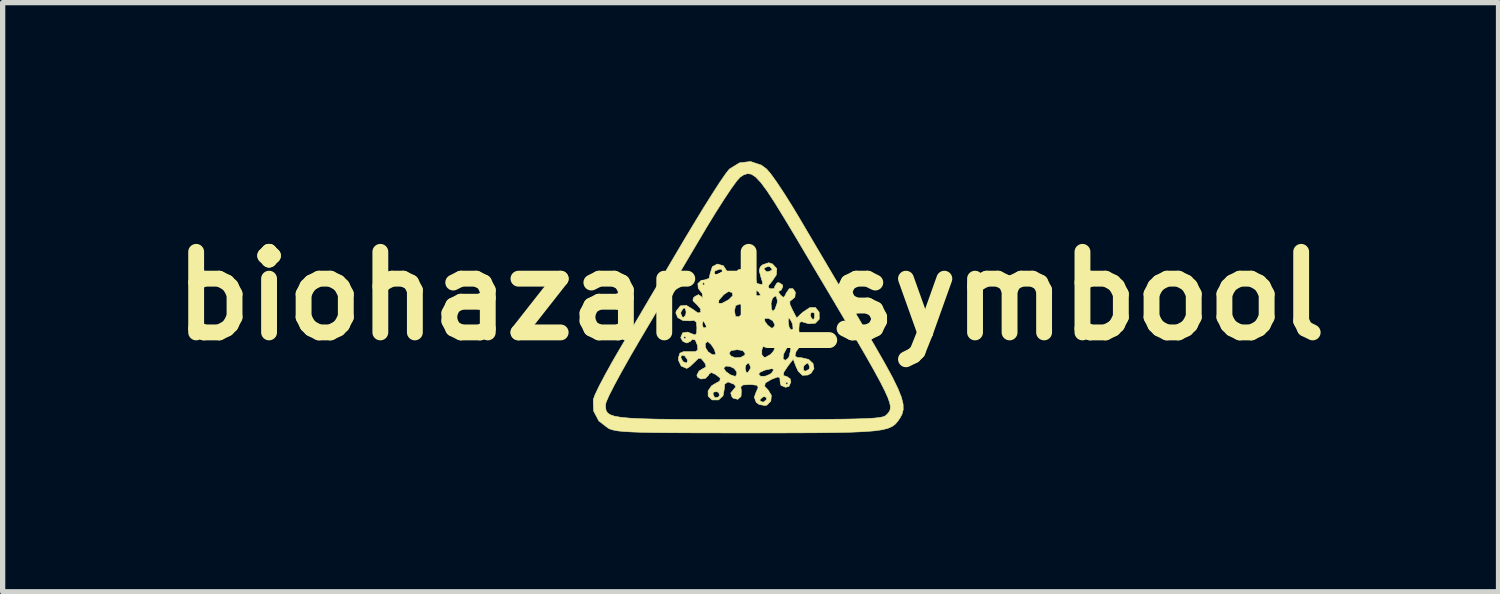
<source format=kicad_pcb>
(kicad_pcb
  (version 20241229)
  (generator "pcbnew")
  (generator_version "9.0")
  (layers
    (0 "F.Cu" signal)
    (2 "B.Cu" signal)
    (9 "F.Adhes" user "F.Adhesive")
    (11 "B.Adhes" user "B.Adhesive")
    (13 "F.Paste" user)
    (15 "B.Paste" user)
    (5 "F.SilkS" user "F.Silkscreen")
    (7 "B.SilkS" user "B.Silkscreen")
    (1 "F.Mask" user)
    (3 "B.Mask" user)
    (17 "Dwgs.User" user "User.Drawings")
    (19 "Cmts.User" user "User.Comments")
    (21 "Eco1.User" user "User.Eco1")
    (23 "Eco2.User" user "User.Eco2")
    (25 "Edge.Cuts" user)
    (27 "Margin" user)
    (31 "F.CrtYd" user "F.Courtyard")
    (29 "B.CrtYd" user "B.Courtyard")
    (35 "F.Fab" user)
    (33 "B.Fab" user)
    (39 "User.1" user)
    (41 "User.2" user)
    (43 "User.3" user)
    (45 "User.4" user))
  (footprint "biohazard_symbool"
    (layer "F.Cu")
    (at 11.147 2.548)
    (property "Reference" "biohazard_symbool" (at 0 0 0) (layer "F.SilkS") (effects (font (size 1.524 1.524) (thickness 0.3))))
    (attr through_hole)
    (fp_poly (pts (xy 0.205 -2.474) (xy 0.304 -2.4) (xy 0.381 -2.31) (xy 0.496 -2.15) (xy 0.637 -1.937) (xy 0.792 -1.69) (xy 0.907 -1.499) (xy 1.058 -1.243) (xy 1.248 -0.921) (xy 1.464 -0.555) (xy 1.694 -0.166) (xy 1.925 0.224) (xy 2.106 0.53) (xy 2.347 0.94) (xy 2.538 1.273) (xy 2.684 1.541) (xy 2.787 1.752) (xy 2.853 1.917) (xy 2.885 2.047) (xy 2.887 2.15) (xy 2.864 2.238) (xy 2.822 2.315) (xy 2.78 2.375) (xy 2.735 2.426) (xy 2.677 2.468) (xy 2.599 2.503) (xy 2.492 2.53) (xy 2.346 2.551) (xy 2.154 2.566) (xy 1.908 2.577) (xy 1.597 2.584) (xy 1.214 2.588) (xy 0.751 2.59) (xy 0.198 2.591) (xy -0.062 2.591) (xy -0.629 2.59) (xy -1.104 2.589) (xy -1.496 2.587) (xy -1.812 2.584) (xy -2.064 2.579) (xy -2.258 2.572) (xy -2.405 2.563) (xy -2.514 2.552) (xy -2.593 2.537) (xy -2.651 2.52) (xy -2.692 2.502) (xy -2.871 2.363) (xy -2.969 2.177) (xy -2.973 2.052) (xy -2.743 2.052) (xy -2.742 2.114) (xy -2.733 2.166) (xy -2.707 2.21) (xy -2.658 2.245) (xy -2.577 2.273) (xy -2.456 2.295) (xy -2.287 2.311) (xy -2.062 2.322) (xy -1.773 2.33) (xy -1.412 2.334) (xy -0.97 2.336) (xy -0.441 2.337) (xy -0.018 2.337) (xy 0.557 2.337) (xy 1.039 2.335) (xy 1.436 2.333) (xy 1.757 2.33) (xy 2.009 2.325) (xy 2.202 2.318) (xy 2.344 2.31) (xy 2.444 2.298) (xy 2.508 2.285) (xy 2.547 2.268) (xy 2.562 2.257) (xy 2.597 2.222) (xy 2.624 2.186) (xy 2.641 2.145) (xy 2.645 2.092) (xy 2.631 2.02) (xy 2.597 1.923) (xy 2.54 1.796) (xy 2.456 1.63) (xy 2.343 1.422) (xy 2.197 1.163) (xy 2.014 0.848) (xy 1.793 0.47) (xy 1.529 0.024) (xy 1.219 -0.497) (xy 0.877 -1.074) (xy 0.648 -1.455) (xy 0.463 -1.756) (xy 0.314 -1.984) (xy 0.194 -2.146) (xy 0.096 -2.25) (xy 0.014 -2.304) (xy -0.06 -2.314) (xy -0.132 -2.29) (xy -0.199 -2.246) (xy -0.263 -2.174) (xy -0.368 -2.029) (xy -0.504 -1.825) (xy -0.662 -1.577) (xy -0.832 -1.299) (xy -0.882 -1.214) (xy -1.079 -0.882) (xy -1.31 -0.492) (xy -1.558 -0.073) (xy -1.806 0.344) (xy -2.036 0.732) (xy -2.09 0.823) (xy -2.276 1.142) (xy -2.44 1.433) (xy -2.575 1.682) (xy -2.675 1.878) (xy -2.732 2.008) (xy -2.743 2.052) (xy -2.973 2.052) (xy -2.976 1.962) (xy -2.976 1.962) (xy -2.941 1.865) (xy -2.862 1.7) (xy -2.748 1.484) (xy -2.609 1.233) (xy -2.481 1.013) (xy -2.324 0.748) (xy -2.129 0.418) (xy -1.909 0.044) (xy -1.677 -0.349) (xy -1.446 -0.74) (xy -1.283 -1.016) (xy -1.086 -1.345) (xy -0.899 -1.652) (xy -0.729 -1.923) (xy -0.585 -2.146) (xy -0.474 -2.308) (xy -0.405 -2.396) (xy -0.401 -2.4) (xy -0.21 -2.518) (xy -0.000425 -2.543) (xy 0.205 -2.474)) (stroke (width 0.01) (type solid)) (fill yes) (layer "F.SilkS"))
    (fp_poly (pts (xy 0.413 -0.606) (xy 0.496 -0.517) (xy 0.487 -0.398) (xy 0.404 -0.276) (xy 0.338 -0.195) (xy 0.343 -0.153) (xy 0.378 -0.135) (xy 0.446 -0.141) (xy 0.457 -0.179) (xy 0.498 -0.245) (xy 0.533 -0.254) (xy 0.601 -0.213) (xy 0.61 -0.178) (xy 0.579 -0.11) (xy 0.553 -0.102) (xy 0.528 -0.074) (xy 0.563 -0.021) (xy 0.618 0.029) (xy 0.653 -0.008) (xy 0.669 -0.046) (xy 0.731 -0.137) (xy 0.801 -0.138) (xy 0.848 -0.07) (xy 0.837 0.023) (xy 0.795 0.06) (xy 0.743 0.1) (xy 0.744 0.159) (xy 0.791 0.262) (xy 0.872 0.417) (xy 0.935 0.357) (xy 1.13 0.357) (xy 1.147 0.413) (xy 1.186 0.452) (xy 1.208 0.413) (xy 1.209 0.334) (xy 1.199 0.319) (xy 1.15 0.307) (xy 1.13 0.357) (xy 0.935 0.357) (xy 0.985 0.31) (xy 1.119 0.22) (xy 1.226 0.218) (xy 1.295 0.303) (xy 1.297 0.31) (xy 1.299 0.438) (xy 1.226 0.515) (xy 1.1 0.526) (xy 1.05 0.511) (xy 0.959 0.484) (xy 0.922 0.511) (xy 0.914 0.615) (xy 0.914 0.637) (xy 0.921 0.754) (xy 0.956 0.795) (xy 1.041 0.783) (xy 1.041 0.783) (xy 1.135 0.773) (xy 1.167 0.825) (xy 1.168 0.862) (xy 1.149 0.942) (xy 1.072 0.96) (xy 1.035 0.956) (xy 0.921 0.968) (xy 0.859 1.054) (xy 0.84 1.135) (xy 0.887 1.165) (xy 0.961 1.168) (xy 1.098 1.2) (xy 1.181 1.277) (xy 1.2 1.373) (xy 1.144 1.461) (xy 1.084 1.495) (xy 0.98 1.501) (xy 0.9 1.422) (xy 0.865 1.346) (xy 0.998 1.346) (xy 1.005 1.412) (xy 1.043 1.422) (xy 1.109 1.382) (xy 1.118 1.346) (xy 1.093 1.279) (xy 1.072 1.27) (xy 1.017 1.31) (xy 0.998 1.346) (xy 0.865 1.346) (xy 0.857 1.329) (xy 0.806 1.195) (xy 0.709 1.321) (xy 0.628 1.442) (xy 0.621 1.505) (xy 0.685 1.524) (xy 0.686 1.524) (xy 0.748 1.566) (xy 0.762 1.626) (xy 0.726 1.711) (xy 0.66 1.727) (xy 0.575 1.691) (xy 0.565 1.651) (xy 0.66 1.651) (xy 0.686 1.676) (xy 0.711 1.651) (xy 0.686 1.626) (xy 0.66 1.651) (xy 0.565 1.651) (xy 0.559 1.626) (xy 0.553 1.549) (xy 0.517 1.531) (xy 0.424 1.565) (xy 0.383 1.583) (xy 0.278 1.646) (xy 0.266 1.708) (xy 0.333 1.78) (xy 0.393 1.879) (xy 0.383 1.987) (xy 0.313 2.062) (xy 0.275 2.073) (xy 0.16 2.052) (xy 0.106 2.012) (xy 0.087 1.96) (xy 0.178 1.96) (xy 0.182 1.987) (xy 0.237 2.01) (xy 0.293 1.97) (xy 0.305 1.929) (xy 0.267 1.904) (xy 0.229 1.912) (xy 0.178 1.96) (xy 0.087 1.96) (xy 0.07 1.917) (xy 0.098 1.835) (xy 0.143 1.735) (xy 0.125 1.69) (xy 0.027 1.677) (xy -0.026 1.676) (xy -0.144 1.683) (xy -0.185 1.718) (xy -0.175 1.797) (xy -0.181 1.902) (xy -0.242 1.955) (xy -0.325 1.935) (xy -0.353 1.909) (xy -0.376 1.835) (xy -0.328 1.777) (xy -0.278 1.716) (xy -0.315 1.669) (xy -0.315 1.669) (xy -0.428 1.626) (xy -0.49 1.667) (xy -0.497 1.758) (xy -0.521 1.888) (xy -0.605 1.966) (xy -0.725 1.967) (xy -0.73 1.965) (xy -0.803 1.896) (xy -0.803 1.856) (xy -0.711 1.856) (xy -0.679 1.923) (xy -0.615 1.915) (xy -0.587 1.885) (xy -0.601 1.831) (xy -0.635 1.81) (xy -0.701 1.818) (xy -0.711 1.856) (xy -0.803 1.856) (xy -0.804 1.796) (xy -0.739 1.7) (xy -0.686 1.667) (xy -0.582 1.608) (xy -0.574 1.554) (xy -0.658 1.487) (xy -0.662 1.484) (xy -0.744 1.447) (xy -0.786 1.479) (xy -0.794 1.497) (xy -0.855 1.559) (xy -0.94 1.571) (xy -1.005 1.535) (xy -1.016 1.497) (xy -0.974 1.419) (xy -0.913 1.381) (xy -0.885 1.366) (xy -0.508 1.366) (xy -0.468 1.429) (xy -0.379 1.493) (xy -0.288 1.522) (xy -0.261 1.483) (xy -0.261 1.479) (xy 0.152 1.479) (xy 0.19 1.519) (xy 0.277 1.518) (xy 0.37 1.48) (xy 0.406 1.448) (xy 0.44 1.39) (xy 0.4 1.375) (xy 0.277 1.401) (xy 0.267 1.404) (xy 0.178 1.444) (xy 0.152 1.479) (xy -0.261 1.479) (xy -0.263 1.435) (xy -0.307 1.375) (xy -0.102 1.375) (xy -0.082 1.445) (xy -0.051 1.448) (xy -0.004 1.374) (xy 0 1.343) (xy -0.028 1.278) (xy -0.051 1.27) (xy -0.092 1.313) (xy -0.102 1.375) (xy -0.307 1.375) (xy -0.309 1.372) (xy -0.392 1.332) (xy -0.471 1.326) (xy -0.508 1.364) (xy -0.508 1.366) (xy -0.885 1.366) (xy -0.844 1.343) (xy -0.854 1.287) (xy -0.884 1.243) (xy -0.933 1.186) (xy 0.614 1.186) (xy 0.655 1.219) (xy 0.71 1.179) (xy 0.731 1.139) (xy 0.758 1.015) (xy 0.76 0.974) (xy 0.751 0.922) (xy 0.713 0.951) (xy 0.684 0.988) (xy 0.624 1.098) (xy 0.614 1.186) (xy -0.933 1.186) (xy -0.94 1.178) (xy -0.987 1.181) (xy -1.064 1.256) (xy -1.065 1.257) (xy -1.151 1.338) (xy -1.208 1.371) (xy -1.208 1.371) (xy -1.313 1.325) (xy -1.364 1.217) (xy -1.363 1.163) (xy -1.362 1.16) (xy -1.321 1.16) (xy -1.28 1.241) (xy -1.212 1.27) (xy -1.192 1.232) (xy -1.201 1.194) (xy -1.25 1.13) (xy -1.303 1.121) (xy -1.321 1.16) (xy -1.362 1.16) (xy -1.337 1.082) (xy -1.269 1.052) (xy -1.163 1.052) (xy -1.043 1.052) (xy -0.999 1.022) (xy -1.003 0.943) (xy -1.004 0.937) (xy -1.019 0.9) (xy -0.859 0.9) (xy -0.851 0.98) (xy -0.803 1.057) (xy -0.724 1.11) (xy -0.668 1.11) (xy -0.66 1.089) (xy -0.662 1.085) (xy -0.405 1.085) (xy -0.373 1.135) (xy -0.29 1.169) (xy -0.188 1.162) (xy -0.114 1.123) (xy -0.102 1.092) (xy -0.147 1.032) (xy -0.22 1.021) (xy 0.212 1.021) (xy 0.213 1.112) (xy 0.255 1.16) (xy 0.282 1.16) (xy 0.378 1.106) (xy 0.436 1.041) (xy 0.476 0.93) (xy 0.452 0.848) (xy 0.38 0.82) (xy 0.319 0.843) (xy 0.249 0.92) (xy 0.212 1.021) (xy -0.22 1.021) (xy -0.254 1.016) (xy -0.374 1.034) (xy -0.405 1.085) (xy -0.662 1.085) (xy -0.687 1.007) (xy -0.747 0.917) (xy -0.806 0.865) (xy -0.815 0.864) (xy -0.859 0.9) (xy -1.019 0.9) (xy -1.045 0.834) (xy -1.102 0.82) (xy -1.142 0.861) (xy -1.205 0.89) (xy -1.281 0.859) (xy -1.321 0.79) (xy -1.321 0.787) (xy -1.27 0.787) (xy -1.245 0.813) (xy -1.219 0.787) (xy -1.245 0.762) (xy -1.27 0.787) (xy -1.321 0.787) (xy -1.321 0.785) (xy -1.285 0.698) (xy -1.191 0.683) (xy -1.119 0.711) (xy -1.048 0.738) (xy -1.02 0.7) (xy -1.019 0.66) (xy -0.593 0.66) (xy -0.587 0.706) (xy -0.508 0.758) (xy -0.413 0.742) (xy -0.38 0.709) (xy -0.38 0.682) (xy -0.133 0.682) (xy -0.084 0.755) (xy -0.016 0.8) (xy 0.011 0.801) (xy 0.058 0.744) (xy 0.059 0.735) (xy 0.022 0.669) (xy -0.056 0.62) (xy -0.125 0.618) (xy -0.132 0.623) (xy -0.133 0.682) (xy -0.38 0.682) (xy -0.381 0.631) (xy -0.41 0.579) (xy -0.471 0.529) (xy -0.533 0.562) (xy -0.548 0.577) (xy -0.593 0.66) (xy -1.019 0.66) (xy -1.016 0.605) (xy -1.021 0.546) (xy -0.914 0.546) (xy -0.891 0.606) (xy -0.839 0.592) (xy -0.79 0.515) (xy -0.786 0.504) (xy -0.776 0.429) (xy 0.265 0.429) (xy 0.271 0.482) (xy 0.324 0.554) (xy 0.391 0.605) (xy 0.413 0.61) (xy 0.453 0.569) (xy 0.457 0.539) (xy 0.429 0.487) (xy 0.713 0.487) (xy 0.727 0.584) (xy 0.761 0.64) (xy 0.796 0.63) (xy 0.803 0.615) (xy 0.794 0.532) (xy 0.767 0.472) (xy 0.726 0.412) (xy 0.714 0.447) (xy 0.713 0.487) (xy 0.429 0.487) (xy 0.42 0.47) (xy 0.341 0.423) (xy 0.27 0.425) (xy 0.265 0.429) (xy -0.776 0.429) (xy -0.773 0.406) (xy -0.786 0.366) (xy -0.832 0.372) (xy -0.883 0.439) (xy -0.913 0.53) (xy -0.914 0.546) (xy -1.021 0.546) (xy -1.025 0.496) (xy -1.07 0.462) (xy -1.143 0.47) (xy -1.279 0.465) (xy -1.378 0.409) (xy -1.409 0.333) (xy -1.321 0.333) (xy -1.292 0.399) (xy -1.27 0.406) (xy -1.229 0.364) (xy -1.219 0.302) (xy -1.239 0.232) (xy -1.27 0.229) (xy -1.317 0.302) (xy -1.321 0.333) (xy -1.409 0.333) (xy -1.414 0.32) (xy -1.406 0.286) (xy -1.328 0.187) (xy -1.216 0.177) (xy -1.095 0.251) (xy -0.995 0.322) (xy -0.941 0.307) (xy -0.945 0.279) (xy -0.305 0.279) (xy -0.286 0.385) (xy -0.228 0.396) (xy -0.163 0.345) (xy -0.105 0.249) (xy -0.128 0.175) (xy -0.203 0.152) (xy -0.283 0.182) (xy -0.305 0.279) (xy -0.945 0.279) (xy -0.951 0.239) (xy -1.017 0.162) (xy -1.041 0.139) (xy -0.607 0.139) (xy -0.543 0.14) (xy -0.542 0.14) (xy 0.387 0.14) (xy 0.395 0.244) (xy 0.395 0.247) (xy 0.423 0.291) (xy 0.463 0.247) (xy 0.502 0.135) (xy 0.507 0.089) (xy 0.487 0.013) (xy 0.463 0) (xy 0.414 0.043) (xy 0.387 0.14) (xy -0.542 0.14) (xy -0.416 0.072) (xy -0.413 0.07) (xy -0.336 -0.006) (xy -0.35 -0.066) (xy -0.42 -0.084) (xy -0.507 -0.026) (xy -0.599 0.079) (xy -0.607 0.139) (xy -1.041 0.139) (xy -1.09 0.091) (xy -1.085 0.04) (xy -1.051 0.008) (xy -0.983 -0.025) (xy -0.921 0.022) (xy -0.899 0.052) (xy -0.834 0.121) (xy -0.788 0.102) (xy -0.784 0.096) (xy -0.776 0.03) (xy -0.797 0.014) (xy -0.922 -0.056) (xy -0.99 -0.146) (xy -0.997 -0.229) (xy -0.914 -0.229) (xy -0.889 -0.203) (xy -0.864 -0.229) (xy -0.889 -0.254) (xy -0.914 -0.229) (xy -0.997 -0.229) (xy -0.997 -0.234) (xy -0.939 -0.291) (xy -0.747 -0.291) (xy -0.742 -0.224) (xy -0.715 -0.128) (xy -0.711 -0.097) (xy -0.679 -0.054) (xy -0.587 -0.085) (xy -0.559 -0.103) (xy -0.556 -0.106) (xy -0.051 -0.106) (xy -0.006 -0.045) (xy 0.109 -0.008) (xy 0.146 -0.004) (xy 0.189 -0.015) (xy 0.156 -0.072) (xy 0.152 -0.076) (xy 0.072 -0.136) (xy -0.009 -0.15) (xy -0.05 -0.113) (xy -0.051 -0.106) (xy -0.556 -0.106) (xy -0.513 -0.15) (xy -0.547 -0.202) (xy -0.581 -0.23) (xy -0.69 -0.295) (xy -0.747 -0.291) (xy -0.939 -0.291) (xy -0.937 -0.293) (xy -0.865 -0.305) (xy -0.785 -0.333) (xy -0.762 -0.433) (xy -0.754 -0.457) (xy -0.686 -0.457) (xy -0.675 -0.413) (xy -0.641 -0.406) (xy -0.553 -0.436) (xy -0.533 -0.457) (xy -0.544 -0.501) (xy -0.578 -0.508) (xy -0.666 -0.478) (xy -0.686 -0.457) (xy -0.754 -0.457) (xy -0.724 -0.553) (xy -0.63 -0.604) (xy -0.514 -0.572) (xy -0.452 -0.474) (xy -0.445 -0.361) (xy -0.441 -0.248) (xy -0.394 -0.206) (xy -0.364 -0.203) (xy -0.255 -0.226) (xy -0.231 -0.288) (xy -0.259 -0.336) (xy -0.287 -0.428) (xy -0.234 -0.495) (xy -0.175 -0.508) (xy -0.117 -0.464) (xy -0.102 -0.381) (xy -0.077 -0.281) (xy -0.004 -0.254) (xy 0.123 -0.238) (xy 0.173 -0.223) (xy 0.222 -0.216) (xy 0.225 -0.262) (xy 0.195 -0.358) (xy 0.163 -0.478) (xy 0.171 -0.508) (xy 0.254 -0.508) (xy 0.295 -0.463) (xy 0.33 -0.457) (xy 0.398 -0.485) (xy 0.406 -0.508) (xy 0.365 -0.553) (xy 0.33 -0.559) (xy 0.263 -0.531) (xy 0.254 -0.508) (xy 0.171 -0.508) (xy 0.183 -0.549) (xy 0.228 -0.59) (xy 0.342 -0.629) (xy 0.413 -0.606)) (stroke (width 0.01) (type solid)) (fill yes) (layer "F.SilkS")))
  (gr_rect
    (start -3 -3)
    (end 25.294 8.143)
    (stroke (width 0.1) (type default))
    (fill no)
    (layer "Edge.Cuts")))
</source>
